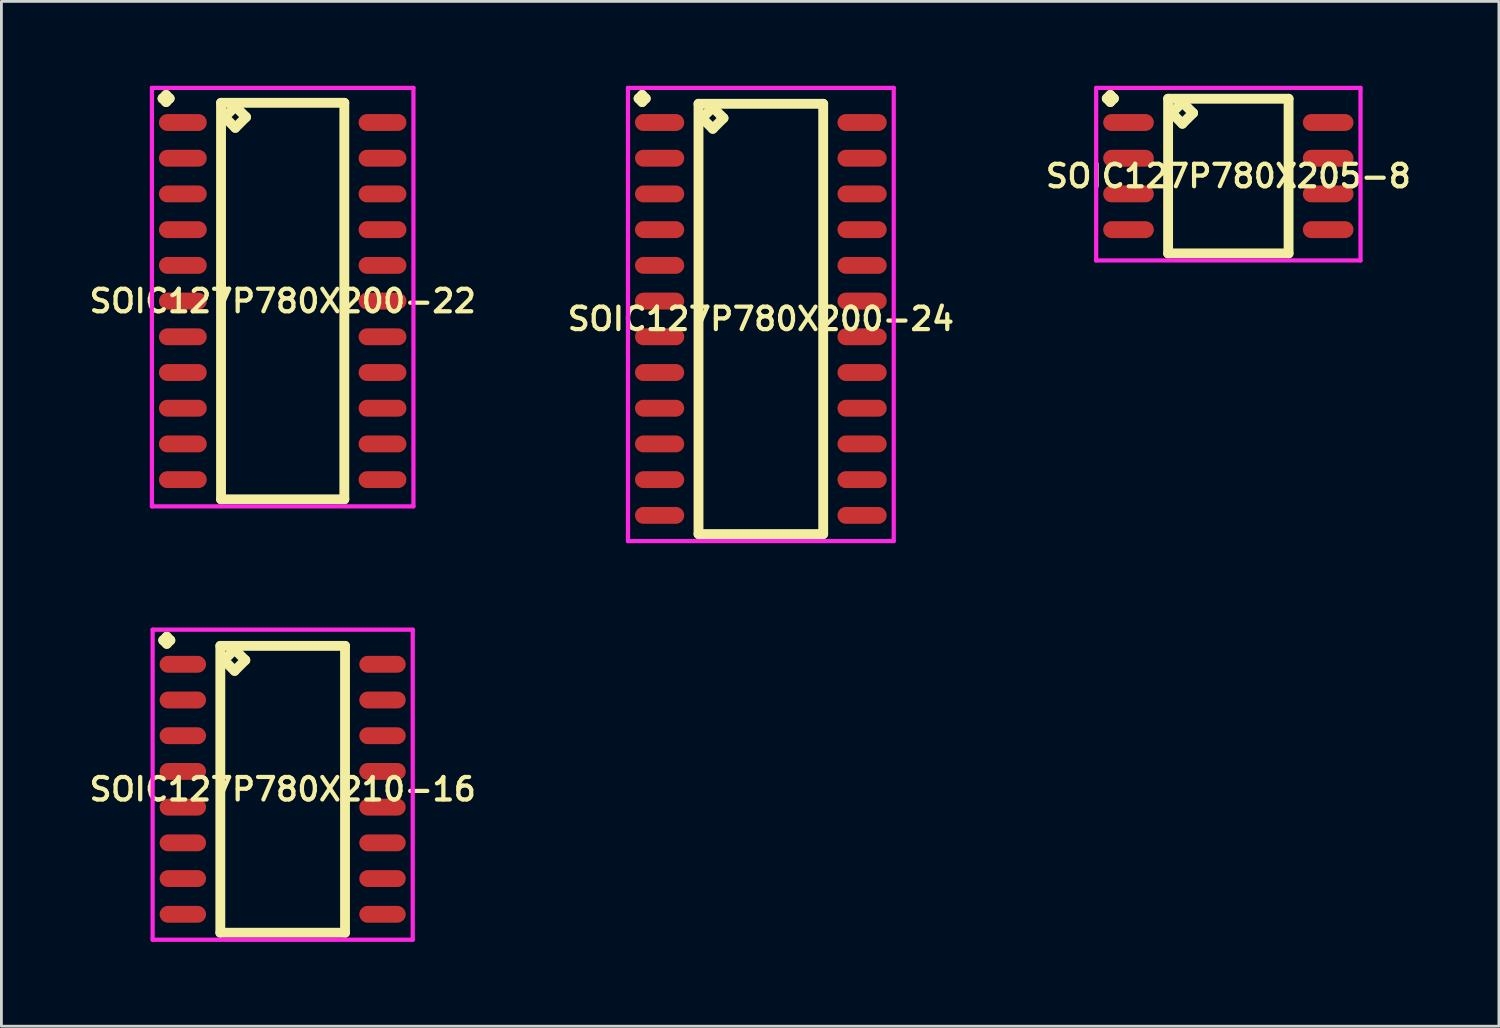
<source format=kicad_pcb>
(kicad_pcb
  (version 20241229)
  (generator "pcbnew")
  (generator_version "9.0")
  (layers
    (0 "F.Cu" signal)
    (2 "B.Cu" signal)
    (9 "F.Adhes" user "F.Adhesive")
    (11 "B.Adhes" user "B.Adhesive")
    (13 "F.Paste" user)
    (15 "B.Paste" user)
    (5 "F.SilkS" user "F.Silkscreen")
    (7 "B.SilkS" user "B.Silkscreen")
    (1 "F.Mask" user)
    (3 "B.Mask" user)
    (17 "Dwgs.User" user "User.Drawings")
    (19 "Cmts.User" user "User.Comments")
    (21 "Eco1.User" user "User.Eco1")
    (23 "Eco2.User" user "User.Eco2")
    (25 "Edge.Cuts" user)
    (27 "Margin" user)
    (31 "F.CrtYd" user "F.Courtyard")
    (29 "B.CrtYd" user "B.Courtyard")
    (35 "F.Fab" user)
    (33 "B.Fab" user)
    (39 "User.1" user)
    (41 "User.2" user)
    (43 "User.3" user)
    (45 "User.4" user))
  (footprint "SOIC127P780X200-22"
    (layer "F.Cu")
    (at 7.002 7.656)
    (property "Reference" "SOIC127P780X200-22" (at 0 0 0) (layer "F.SilkS") (effects (font (size 0.8 0.8) (thickness 0.15))))
    (attr smd)
    (fp_line (start -4.273 -7.204) (end -4.146 -7.331) (stroke (width 0.35) (type solid)) (layer "F.SilkS"))
    (fp_line (start -4.146 -7.331) (end -4.019 -7.204) (stroke (width 0.35) (type solid)) (layer "F.SilkS"))
    (fp_line (start -4.146 -7.077) (end -4.273 -7.204) (stroke (width 0.35) (type solid)) (layer "F.SilkS"))
    (fp_line (start -4.019 -7.204) (end -4.146 -7.077) (stroke (width 0.35) (type solid)) (layer "F.SilkS"))
    (fp_line (start -2.192 -7.05) (end -2.192 7.05) (stroke (width 0.35) (type solid)) (layer "F.SilkS"))
    (fp_line (start -2.192 7.05) (end 2.192 7.05) (stroke (width 0.35) (type solid)) (layer "F.SilkS"))
    (fp_line (start -2.065 -6.542) (end -1.684 -6.923) (stroke (width 0.35) (type solid)) (layer "F.SilkS"))
    (fp_line (start -1.684 -6.923) (end -1.303 -6.542) (stroke (width 0.35) (type solid)) (layer "F.SilkS"))
    (fp_line (start -1.684 -6.161) (end -2.065 -6.542) (stroke (width 0.35) (type solid)) (layer "F.SilkS"))
    (fp_line (start -1.303 -6.542) (end -1.684 -6.161) (stroke (width 0.35) (type solid)) (layer "F.SilkS"))
    (fp_line (start 2.192 -7.05) (end -2.192 -7.05) (stroke (width 0.35) (type solid)) (layer "F.SilkS"))
    (fp_line (start 2.192 7.05) (end 2.192 -7.05) (stroke (width 0.35) (type solid)) (layer "F.SilkS"))
    (fp_line (start -4.65 -7.581) (end 4.65 -7.581) (stroke (width 0.15) (type solid)) (layer "F.CrtYd"))
    (fp_line (start -4.65 7.3) (end -4.65 -7.581) (stroke (width 0.15) (type solid)) (layer "F.CrtYd"))
    (fp_line (start 4.65 -7.581) (end 4.65 7.3) (stroke (width 0.15) (type solid)) (layer "F.CrtYd"))
    (fp_line (start 4.65 7.3) (end -4.65 7.3) (stroke (width 0.15) (type solid)) (layer "F.CrtYd"))
    (pad "1" smd oval (at -3.55 -6.35) (size 1.7 0.6) (layers "F.Cu" "F.Mask" "F.Paste"))
    (pad "2" smd oval (at -3.55 -5.08) (size 1.7 0.6) (layers "F.Cu" "F.Mask" "F.Paste"))
    (pad "3" smd oval (at -3.55 -3.81) (size 1.7 0.6) (layers "F.Cu" "F.Mask" "F.Paste"))
    (pad "4" smd oval (at -3.55 -2.54) (size 1.7 0.6) (layers "F.Cu" "F.Mask" "F.Paste"))
    (pad "5" smd oval (at -3.55 -1.27) (size 1.7 0.6) (layers "F.Cu" "F.Mask" "F.Paste"))
    (pad "6" smd oval (at -3.55 0) (size 1.7 0.6) (layers "F.Cu" "F.Mask" "F.Paste"))
    (pad "7" smd oval (at -3.55 1.27) (size 1.7 0.6) (layers "F.Cu" "F.Mask" "F.Paste"))
    (pad "8" smd oval (at -3.55 2.54) (size 1.7 0.6) (layers "F.Cu" "F.Mask" "F.Paste"))
    (pad "9" smd oval (at -3.55 3.81) (size 1.7 0.6) (layers "F.Cu" "F.Mask" "F.Paste"))
    (pad "10" smd oval (at -3.55 5.08) (size 1.7 0.6) (layers "F.Cu" "F.Mask" "F.Paste"))
    (pad "11" smd oval (at -3.55 6.35) (size 1.7 0.6) (layers "F.Cu" "F.Mask" "F.Paste"))
    (pad "12" smd oval (at 3.55 6.35) (size 1.7 0.6) (layers "F.Cu" "F.Mask" "F.Paste"))
    (pad "13" smd oval (at 3.55 5.08) (size 1.7 0.6) (layers "F.Cu" "F.Mask" "F.Paste"))
    (pad "14" smd oval (at 3.55 3.81) (size 1.7 0.6) (layers "F.Cu" "F.Mask" "F.Paste"))
    (pad "15" smd oval (at 3.55 2.54) (size 1.7 0.6) (layers "F.Cu" "F.Mask" "F.Paste"))
    (pad "16" smd oval (at 3.55 1.27) (size 1.7 0.6) (layers "F.Cu" "F.Mask" "F.Paste"))
    (pad "17" smd oval (at 3.55 0) (size 1.7 0.6) (layers "F.Cu" "F.Mask" "F.Paste"))
    (pad "18" smd oval (at 3.55 -1.27) (size 1.7 0.6) (layers "F.Cu" "F.Mask" "F.Paste"))
    (pad "19" smd oval (at 3.55 -2.54) (size 1.7 0.6) (layers "F.Cu" "F.Mask" "F.Paste"))
    (pad "20" smd oval (at 3.55 -3.81) (size 1.7 0.6) (layers "F.Cu" "F.Mask" "F.Paste"))
    (pad "21" smd oval (at 3.55 -5.08) (size 1.7 0.6) (layers "F.Cu" "F.Mask" "F.Paste"))
    (pad "22" smd oval (at 3.55 -6.35) (size 1.7 0.6) (layers "F.Cu" "F.Mask" "F.Paste")))
  (footprint "SOIC127P780X205-8"
    (layer "F.Cu")
    (at 40.63 3.211)
    (property "Reference" "SOIC127P780X205-8" (at 0 0 0) (layer "F.SilkS") (effects (font (size 0.8 0.8) (thickness 0.15))))
    (attr smd)
    (fp_line (start -4.323 -2.759) (end -4.196 -2.886) (stroke (width 0.35) (type solid)) (layer "F.SilkS"))
    (fp_line (start -4.196 -2.886) (end -4.069 -2.759) (stroke (width 0.35) (type solid)) (layer "F.SilkS"))
    (fp_line (start -4.196 -2.632) (end -4.323 -2.759) (stroke (width 0.35) (type solid)) (layer "F.SilkS"))
    (fp_line (start -4.069 -2.759) (end -4.196 -2.632) (stroke (width 0.35) (type solid)) (layer "F.SilkS"))
    (fp_line (start -2.142 -2.75) (end -2.142 2.75) (stroke (width 0.35) (type solid)) (layer "F.SilkS"))
    (fp_line (start -2.142 2.75) (end 2.142 2.75) (stroke (width 0.35) (type solid)) (layer "F.SilkS"))
    (fp_line (start -2.015 -2.242) (end -1.634 -2.623) (stroke (width 0.35) (type solid)) (layer "F.SilkS"))
    (fp_line (start -1.634 -2.623) (end -1.253 -2.242) (stroke (width 0.35) (type solid)) (layer "F.SilkS"))
    (fp_line (start -1.634 -1.861) (end -2.015 -2.242) (stroke (width 0.35) (type solid)) (layer "F.SilkS"))
    (fp_line (start -1.253 -2.242) (end -1.634 -1.861) (stroke (width 0.35) (type solid)) (layer "F.SilkS"))
    (fp_line (start 2.142 -2.75) (end -2.142 -2.75) (stroke (width 0.35) (type solid)) (layer "F.SilkS"))
    (fp_line (start 2.142 2.75) (end 2.142 -2.75) (stroke (width 0.35) (type solid)) (layer "F.SilkS"))
    (fp_line (start -4.7 -3.136) (end 4.7 -3.136) (stroke (width 0.15) (type solid)) (layer "F.CrtYd"))
    (fp_line (start -4.7 3) (end -4.7 -3.136) (stroke (width 0.15) (type solid)) (layer "F.CrtYd"))
    (fp_line (start 4.7 -3.136) (end 4.7 3) (stroke (width 0.15) (type solid)) (layer "F.CrtYd"))
    (fp_line (start 4.7 3) (end -4.7 3) (stroke (width 0.15) (type solid)) (layer "F.CrtYd"))
    (pad "1" smd oval (at -3.55 -1.905) (size 1.8 0.6) (layers "F.Cu" "F.Mask" "F.Paste"))
    (pad "2" smd oval (at -3.55 -0.635) (size 1.8 0.6) (layers "F.Cu" "F.Mask" "F.Paste"))
    (pad "3" smd oval (at -3.55 0.635) (size 1.8 0.6) (layers "F.Cu" "F.Mask" "F.Paste"))
    (pad "4" smd oval (at -3.55 1.905) (size 1.8 0.6) (layers "F.Cu" "F.Mask" "F.Paste"))
    (pad "5" smd oval (at 3.55 1.905) (size 1.8 0.6) (layers "F.Cu" "F.Mask" "F.Paste"))
    (pad "6" smd oval (at 3.55 0.635) (size 1.8 0.6) (layers "F.Cu" "F.Mask" "F.Paste"))
    (pad "7" smd oval (at 3.55 -0.635) (size 1.8 0.6) (layers "F.Cu" "F.Mask" "F.Paste"))
    (pad "8" smd oval (at 3.55 -1.905) (size 1.8 0.6) (layers "F.Cu" "F.Mask" "F.Paste")))
  (footprint "SOIC127P780X210-16"
    (layer "F.Cu")
    (at 7.002 25.017)
    (property "Reference" "SOIC127P780X210-16" (at 0 0 0) (layer "F.SilkS") (effects (font (size 0.8 0.8) (thickness 0.15))))
    (attr smd)
    (fp_line (start -4.248 -5.299) (end -4.121 -5.426) (stroke (width 0.35) (type solid)) (layer "F.SilkS"))
    (fp_line (start -4.121 -5.426) (end -3.994 -5.299) (stroke (width 0.35) (type solid)) (layer "F.SilkS"))
    (fp_line (start -4.121 -5.172) (end -4.248 -5.299) (stroke (width 0.35) (type solid)) (layer "F.SilkS"))
    (fp_line (start -3.994 -5.299) (end -4.121 -5.172) (stroke (width 0.35) (type solid)) (layer "F.SilkS"))
    (fp_line (start -2.217 -5.1) (end -2.217 5.1) (stroke (width 0.35) (type solid)) (layer "F.SilkS"))
    (fp_line (start -2.217 5.1) (end 2.217 5.1) (stroke (width 0.35) (type solid)) (layer "F.SilkS"))
    (fp_line (start -2.09 -4.592) (end -1.709 -4.973) (stroke (width 0.35) (type solid)) (layer "F.SilkS"))
    (fp_line (start -1.709 -4.973) (end -1.328 -4.592) (stroke (width 0.35) (type solid)) (layer "F.SilkS"))
    (fp_line (start -1.709 -4.211) (end -2.09 -4.592) (stroke (width 0.35) (type solid)) (layer "F.SilkS"))
    (fp_line (start -1.328 -4.592) (end -1.709 -4.211) (stroke (width 0.35) (type solid)) (layer "F.SilkS"))
    (fp_line (start 2.217 -5.1) (end -2.217 -5.1) (stroke (width 0.35) (type solid)) (layer "F.SilkS"))
    (fp_line (start 2.217 5.1) (end 2.217 -5.1) (stroke (width 0.35) (type solid)) (layer "F.SilkS"))
    (fp_line (start -4.625 -5.676) (end 4.625 -5.676) (stroke (width 0.15) (type solid)) (layer "F.CrtYd"))
    (fp_line (start -4.625 5.35) (end -4.625 -5.676) (stroke (width 0.15) (type solid)) (layer "F.CrtYd"))
    (fp_line (start 4.625 -5.676) (end 4.625 5.35) (stroke (width 0.15) (type solid)) (layer "F.CrtYd"))
    (fp_line (start 4.625 5.35) (end -4.625 5.35) (stroke (width 0.15) (type solid)) (layer "F.CrtYd"))
    (pad "1" smd oval (at -3.55 -4.445) (size 1.65 0.6) (layers "F.Cu" "F.Mask" "F.Paste"))
    (pad "2" smd oval (at -3.55 -3.175) (size 1.65 0.6) (layers "F.Cu" "F.Mask" "F.Paste"))
    (pad "3" smd oval (at -3.55 -1.905) (size 1.65 0.6) (layers "F.Cu" "F.Mask" "F.Paste"))
    (pad "4" smd oval (at -3.55 -0.635) (size 1.65 0.6) (layers "F.Cu" "F.Mask" "F.Paste"))
    (pad "5" smd oval (at -3.55 0.635) (size 1.65 0.6) (layers "F.Cu" "F.Mask" "F.Paste"))
    (pad "6" smd oval (at -3.55 1.905) (size 1.65 0.6) (layers "F.Cu" "F.Mask" "F.Paste"))
    (pad "7" smd oval (at -3.55 3.175) (size 1.65 0.6) (layers "F.Cu" "F.Mask" "F.Paste"))
    (pad "8" smd oval (at -3.55 4.445) (size 1.65 0.6) (layers "F.Cu" "F.Mask" "F.Paste"))
    (pad "9" smd oval (at 3.55 4.445) (size 1.65 0.6) (layers "F.Cu" "F.Mask" "F.Paste"))
    (pad "10" smd oval (at 3.55 3.175) (size 1.65 0.6) (layers "F.Cu" "F.Mask" "F.Paste"))
    (pad "11" smd oval (at 3.55 1.905) (size 1.65 0.6) (layers "F.Cu" "F.Mask" "F.Paste"))
    (pad "12" smd oval (at 3.55 0.635) (size 1.65 0.6) (layers "F.Cu" "F.Mask" "F.Paste"))
    (pad "13" smd oval (at 3.55 -0.635) (size 1.65 0.6) (layers "F.Cu" "F.Mask" "F.Paste"))
    (pad "14" smd oval (at 3.55 -1.905) (size 1.65 0.6) (layers "F.Cu" "F.Mask" "F.Paste"))
    (pad "15" smd oval (at 3.55 -3.175) (size 1.65 0.6) (layers "F.Cu" "F.Mask" "F.Paste"))
    (pad "16" smd oval (at 3.55 -4.445) (size 1.65 0.6) (layers "F.Cu" "F.Mask" "F.Paste")))
  (footprint "SOIC127P780X200-24"
    (layer "F.Cu")
    (at 24.006 8.291)
    (property "Reference" "SOIC127P780X200-24" (at 0 0 0) (layer "F.SilkS") (effects (font (size 0.8 0.8) (thickness 0.15))))
    (attr smd)
    (fp_line (start -4.348 -7.839) (end -4.221 -7.966) (stroke (width 0.35) (type solid)) (layer "F.SilkS"))
    (fp_line (start -4.221 -7.966) (end -4.094 -7.839) (stroke (width 0.35) (type solid)) (layer "F.SilkS"))
    (fp_line (start -4.221 -7.712) (end -4.348 -7.839) (stroke (width 0.35) (type solid)) (layer "F.SilkS"))
    (fp_line (start -4.094 -7.839) (end -4.221 -7.712) (stroke (width 0.35) (type solid)) (layer "F.SilkS"))
    (fp_line (start -2.217 -7.65) (end -2.217 7.65) (stroke (width 0.35) (type solid)) (layer "F.SilkS"))
    (fp_line (start -2.217 7.65) (end 2.217 7.65) (stroke (width 0.35) (type solid)) (layer "F.SilkS"))
    (fp_line (start -2.09 -7.142) (end -1.709 -7.523) (stroke (width 0.35) (type solid)) (layer "F.SilkS"))
    (fp_line (start -1.709 -7.523) (end -1.328 -7.142) (stroke (width 0.35) (type solid)) (layer "F.SilkS"))
    (fp_line (start -1.709 -6.761) (end -2.09 -7.142) (stroke (width 0.35) (type solid)) (layer "F.SilkS"))
    (fp_line (start -1.328 -7.142) (end -1.709 -6.761) (stroke (width 0.35) (type solid)) (layer "F.SilkS"))
    (fp_line (start 2.217 -7.65) (end -2.217 -7.65) (stroke (width 0.35) (type solid)) (layer "F.SilkS"))
    (fp_line (start 2.217 7.65) (end 2.217 -7.65) (stroke (width 0.35) (type solid)) (layer "F.SilkS"))
    (fp_line (start -4.725 -8.216) (end 4.725 -8.216) (stroke (width 0.15) (type solid)) (layer "F.CrtYd"))
    (fp_line (start -4.725 7.9) (end -4.725 -8.216) (stroke (width 0.15) (type solid)) (layer "F.CrtYd"))
    (fp_line (start 4.725 -8.216) (end 4.725 7.9) (stroke (width 0.15) (type solid)) (layer "F.CrtYd"))
    (fp_line (start 4.725 7.9) (end -4.725 7.9) (stroke (width 0.15) (type solid)) (layer "F.CrtYd"))
    (pad "1" smd oval (at -3.6 -6.985) (size 1.75 0.6) (layers "F.Cu" "F.Mask" "F.Paste"))
    (pad "2" smd oval (at -3.6 -5.715) (size 1.75 0.6) (layers "F.Cu" "F.Mask" "F.Paste"))
    (pad "3" smd oval (at -3.6 -4.445) (size 1.75 0.6) (layers "F.Cu" "F.Mask" "F.Paste"))
    (pad "4" smd oval (at -3.6 -3.175) (size 1.75 0.6) (layers "F.Cu" "F.Mask" "F.Paste"))
    (pad "5" smd oval (at -3.6 -1.905) (size 1.75 0.6) (layers "F.Cu" "F.Mask" "F.Paste"))
    (pad "6" smd oval (at -3.6 -0.635) (size 1.75 0.6) (layers "F.Cu" "F.Mask" "F.Paste"))
    (pad "7" smd oval (at -3.6 0.635) (size 1.75 0.6) (layers "F.Cu" "F.Mask" "F.Paste"))
    (pad "8" smd oval (at -3.6 1.905) (size 1.75 0.6) (layers "F.Cu" "F.Mask" "F.Paste"))
    (pad "9" smd oval (at -3.6 3.175) (size 1.75 0.6) (layers "F.Cu" "F.Mask" "F.Paste"))
    (pad "10" smd oval (at -3.6 4.445) (size 1.75 0.6) (layers "F.Cu" "F.Mask" "F.Paste"))
    (pad "11" smd oval (at -3.6 5.715) (size 1.75 0.6) (layers "F.Cu" "F.Mask" "F.Paste"))
    (pad "12" smd oval (at -3.6 6.985) (size 1.75 0.6) (layers "F.Cu" "F.Mask" "F.Paste"))
    (pad "13" smd oval (at 3.6 6.985) (size 1.75 0.6) (layers "F.Cu" "F.Mask" "F.Paste"))
    (pad "14" smd oval (at 3.6 5.715) (size 1.75 0.6) (layers "F.Cu" "F.Mask" "F.Paste"))
    (pad "15" smd oval (at 3.6 4.445) (size 1.75 0.6) (layers "F.Cu" "F.Mask" "F.Paste"))
    (pad "16" smd oval (at 3.6 3.175) (size 1.75 0.6) (layers "F.Cu" "F.Mask" "F.Paste"))
    (pad "17" smd oval (at 3.6 1.905) (size 1.75 0.6) (layers "F.Cu" "F.Mask" "F.Paste"))
    (pad "18" smd oval (at 3.6 0.635) (size 1.75 0.6) (layers "F.Cu" "F.Mask" "F.Paste"))
    (pad "19" smd oval (at 3.6 -0.635) (size 1.75 0.6) (layers "F.Cu" "F.Mask" "F.Paste"))
    (pad "20" smd oval (at 3.6 -1.905) (size 1.75 0.6) (layers "F.Cu" "F.Mask" "F.Paste"))
    (pad "21" smd oval (at 3.6 -3.175) (size 1.75 0.6) (layers "F.Cu" "F.Mask" "F.Paste"))
    (pad "22" smd oval (at 3.6 -4.445) (size 1.75 0.6) (layers "F.Cu" "F.Mask" "F.Paste"))
    (pad "23" smd oval (at 3.6 -5.715) (size 1.75 0.6) (layers "F.Cu" "F.Mask" "F.Paste"))
    (pad "24" smd oval (at 3.6 -6.985) (size 1.75 0.6) (layers "F.Cu" "F.Mask" "F.Paste")))
  (gr_rect
    (start -3 -3)
    (end 50.251 33.442)
    (stroke (width 0.1) (type default))
    (fill no)
    (layer "Edge.Cuts")))
</source>
